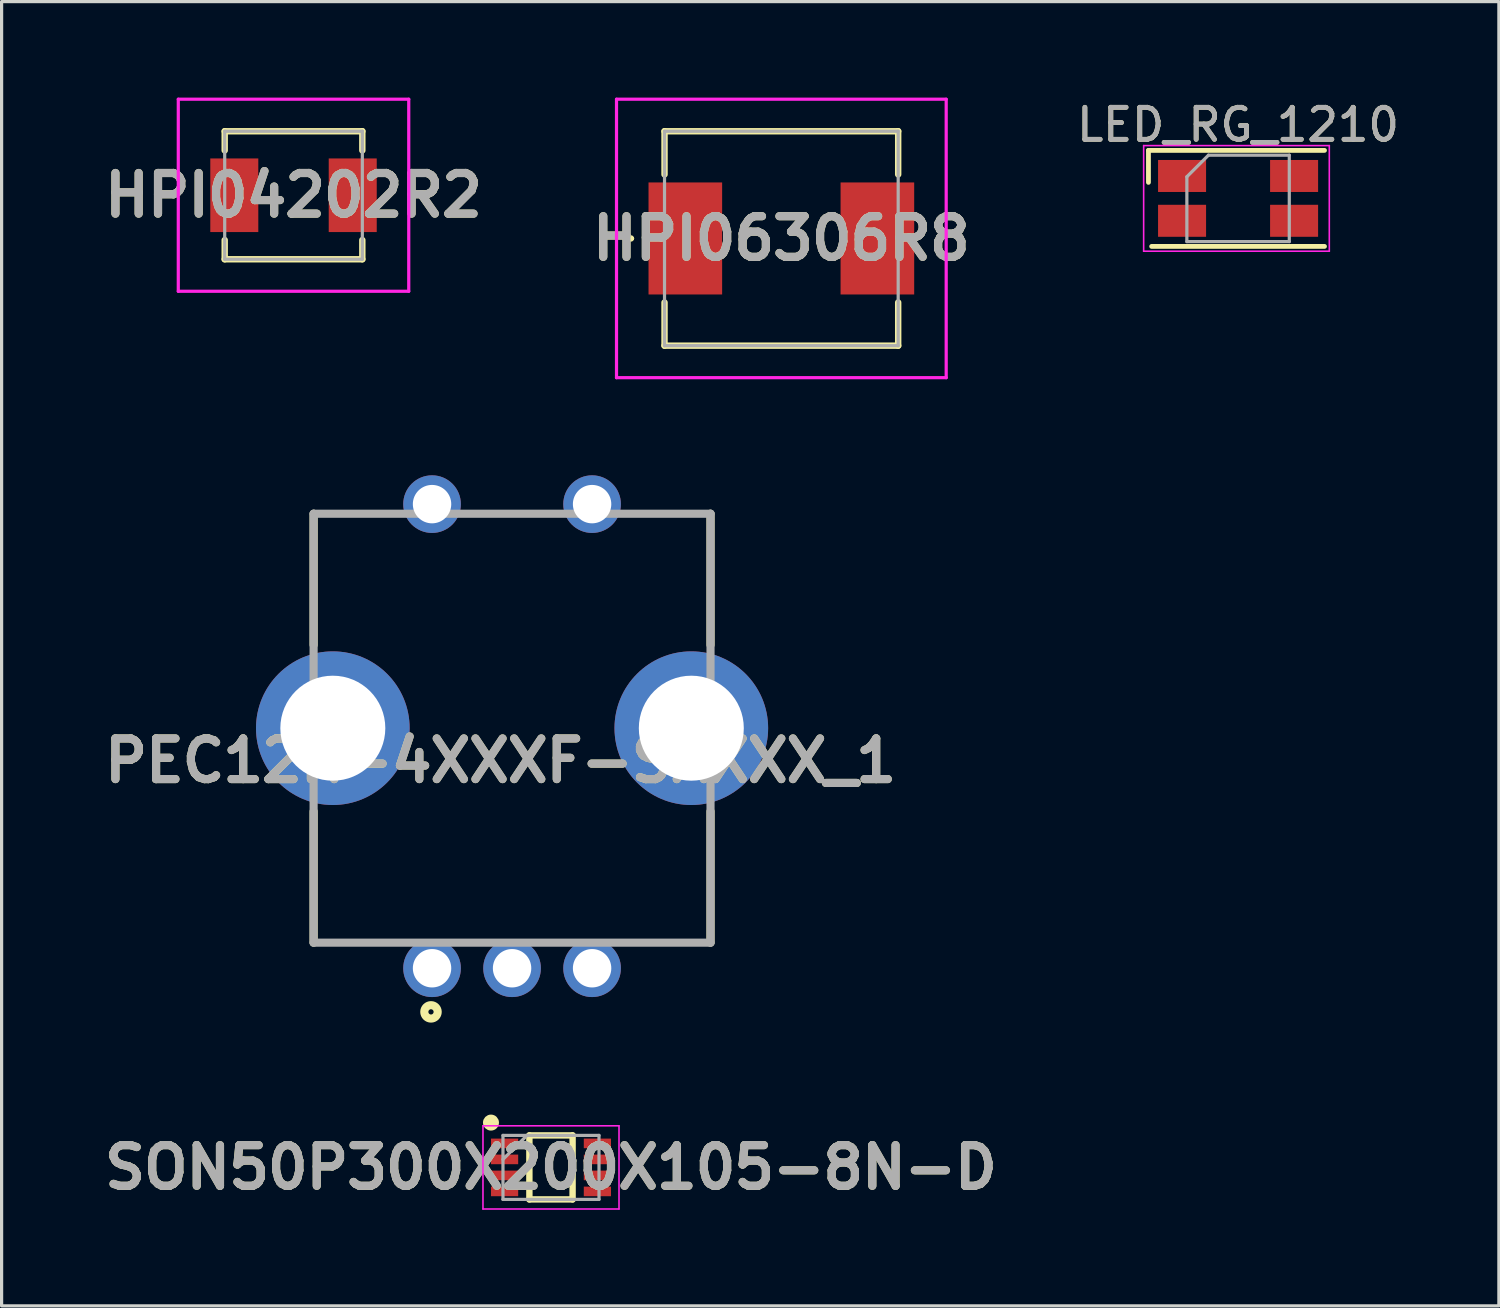
<source format=kicad_pcb>
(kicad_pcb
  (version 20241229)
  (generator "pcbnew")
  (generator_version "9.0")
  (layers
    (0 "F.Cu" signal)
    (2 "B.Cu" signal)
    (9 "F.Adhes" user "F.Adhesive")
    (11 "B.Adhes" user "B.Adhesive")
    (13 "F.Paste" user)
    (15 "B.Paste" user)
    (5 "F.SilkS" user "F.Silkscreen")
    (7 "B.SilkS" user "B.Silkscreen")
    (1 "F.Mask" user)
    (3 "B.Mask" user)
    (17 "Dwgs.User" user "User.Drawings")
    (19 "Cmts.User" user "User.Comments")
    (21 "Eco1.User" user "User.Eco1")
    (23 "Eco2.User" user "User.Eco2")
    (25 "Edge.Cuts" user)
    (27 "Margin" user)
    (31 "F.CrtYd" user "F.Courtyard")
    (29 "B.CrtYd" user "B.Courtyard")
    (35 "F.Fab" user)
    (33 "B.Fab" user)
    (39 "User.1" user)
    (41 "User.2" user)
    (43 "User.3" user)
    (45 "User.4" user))
  (footprint "PEC12R-4XXXF-SXXXX_1"
    (layer "F.Cu")
    (at 12.948 19.7)
    (property "Reference" "PEC12R-4XXXF-SXXXX_1" (at -0.357 1.016 0) (layer "F.SilkS") (effects (font (size 1.27 1.27) (thickness 0.254))))
    (attr through_hole)
    (fp_line (start -6.2 -6.7) (end -6.2 -2.6) (stroke (width 0.254) (type solid)) (layer "F.SilkS"))
    (fp_line (start -6.2 6.7) (end -6.2 2.6) (stroke (width 0.254) (type solid)) (layer "F.SilkS"))
    (fp_line (start 6.2 -6.7) (end 6.2 -2.6) (stroke (width 0.254) (type solid)) (layer "F.SilkS"))
    (fp_line (start 6.2 6.7) (end 6.2 2.6) (stroke (width 0.254) (type solid)) (layer "F.SilkS"))
    (fp_circle (center -2.533 8.863) (end -2.533 8.945) (stroke (width 0.254) (type solid)) (fill no) (layer "F.SilkS"))
    (fp_line (start -6.2 -6.7) (end 6.2 -6.7) (stroke (width 0.254) (type solid)) (layer "F.Fab"))
    (fp_line (start -6.2 6.7) (end -6.2 -6.7) (stroke (width 0.254) (type solid)) (layer "F.Fab"))
    (fp_line (start 6.2 -6.7) (end 6.2 6.7) (stroke (width 0.254) (type solid)) (layer "F.Fab"))
    (fp_line (start 6.2 6.7) (end -6.2 6.7) (stroke (width 0.254) (type solid)) (layer "F.Fab"))
    (fp_text user "${REFERENCE}" (at -0.357 1.016 0) (layer "F.Fab") (effects (font (size 1.27 1.27) (thickness 0.254))))
    (pad "1" thru_hole circle (at -2.5 7.5) (size 1.8 1.8) (drill 1.2) (layers "*.Cu" "*.Mask"))
    (pad "2" thru_hole circle (at 2.5 7.5) (size 1.8 1.8) (drill 1.2) (layers "*.Cu" "*.Mask"))
    (pad "3" thru_hole circle (at 0 7.5) (size 1.8 1.8) (drill 1.2) (layers "*.Cu" "*.Mask"))
    (pad "4" thru_hole circle (at -2.5 -7) (size 1.8 1.8) (drill 1.2) (layers "*.Cu" "*.Mask"))
    (pad "5" thru_hole circle (at 2.5 -7) (size 1.8 1.8) (drill 1.2) (layers "*.Cu" "*.Mask"))
    (pad "6" thru_hole circle (at 5.6 0) (size 4.8 4.8) (drill 3.28) (layers "*.Cu" "*.Mask"))
    (pad "7" thru_hole circle (at -5.6 0) (size 4.8 4.8) (drill 3.28) (layers "*.Cu" "*.Mask")))
  (footprint "SON50P300X200X105-8N-D"
    (layer "F.Cu")
    (at 14.164 33.422)
    (property "Reference" "SON50P300X200X105-8N-D" (at 0 0 0) (layer "F.SilkS") (effects (font (size 1.27 1.27) (thickness 0.254))))
    (attr smd)
    (fp_line (start -0.675 -1) (end 0.675 -1) (stroke (width 0.2) (type solid)) (layer "F.SilkS"))
    (fp_line (start -0.675 1) (end -0.675 -1) (stroke (width 0.2) (type solid)) (layer "F.SilkS"))
    (fp_line (start 0.675 -1) (end 0.675 1) (stroke (width 0.2) (type solid)) (layer "F.SilkS"))
    (fp_line (start 0.675 1) (end -0.675 1) (stroke (width 0.2) (type solid)) (layer "F.SilkS"))
    (fp_circle (center -1.875 -1.4) (end -1.875 -1.275) (stroke (width 0.25) (type solid)) (fill no) (layer "F.SilkS"))
    (fp_line (start -2.125 -1.3) (end 2.125 -1.3) (stroke (width 0.05) (type solid)) (layer "F.CrtYd"))
    (fp_line (start -2.125 1.3) (end -2.125 -1.3) (stroke (width 0.05) (type solid)) (layer "F.CrtYd"))
    (fp_line (start 2.125 -1.3) (end 2.125 1.3) (stroke (width 0.05) (type solid)) (layer "F.CrtYd"))
    (fp_line (start 2.125 1.3) (end -2.125 1.3) (stroke (width 0.05) (type solid)) (layer "F.CrtYd"))
    (fp_line (start -1.5 -1) (end 1.5 -1) (stroke (width 0.1) (type solid)) (layer "F.Fab"))
    (fp_line (start -1.5 -0.25) (end -0.75 -1) (stroke (width 0.1) (type solid)) (layer "F.Fab"))
    (fp_line (start -1.5 1) (end -1.5 -1) (stroke (width 0.1) (type solid)) (layer "F.Fab"))
    (fp_line (start 1.5 -1) (end 1.5 1) (stroke (width 0.1) (type solid)) (layer "F.Fab"))
    (fp_line (start 1.5 1) (end -1.5 1) (stroke (width 0.1) (type solid)) (layer "F.Fab"))
    (fp_text user "${REFERENCE}" (at 0 0 0) (layer "F.Fab") (effects (font (size 1.27 1.27) (thickness 0.254))))
    (pad "1" smd rect (at -1.45 -0.75 90) (size 0.3 0.85) (layers "F.Cu" "F.Mask" "F.Paste"))
    (pad "2" smd rect (at -1.45 -0.25 90) (size 0.3 0.85) (layers "F.Cu" "F.Mask" "F.Paste"))
    (pad "3" smd rect (at -1.45 0.25 90) (size 0.3 0.85) (layers "F.Cu" "F.Mask" "F.Paste"))
    (pad "4" smd rect (at -1.45 0.75 90) (size 0.3 0.85) (layers "F.Cu" "F.Mask" "F.Paste"))
    (pad "5" smd rect (at 1.45 0.75 90) (size 0.3 0.85) (layers "F.Cu" "F.Mask" "F.Paste"))
    (pad "6" smd rect (at 1.45 0.25 90) (size 0.3 0.85) (layers "F.Cu" "F.Mask" "F.Paste"))
    (pad "7" smd rect (at 1.45 -0.25 90) (size 0.3 0.85) (layers "F.Cu" "F.Mask" "F.Paste"))
    (pad "8" smd rect (at 1.45 -0.75 90) (size 0.3 0.85) (layers "F.Cu" "F.Mask" "F.Paste")))
  (footprint "HPI04202R2"
    (layer "F.Cu")
    (at 6.12 3.05)
    (property "Reference" "HPI04202R2" (at 0 0 0) (layer "F.SilkS") (effects (font (size 1.27 1.27) (thickness 0.254))))
    (attr smd)
    (fp_line (start -2.15 -2) (end 2.15 -2) (stroke (width 0.2) (type solid)) (layer "F.SilkS"))
    (fp_line (start -2.15 -1.4) (end -2.15 -2) (stroke (width 0.2) (type solid)) (layer "F.SilkS"))
    (fp_line (start -2.15 1.4) (end -2.15 2) (stroke (width 0.2) (type solid)) (layer "F.SilkS"))
    (fp_line (start -2.15 2) (end 2.15 2) (stroke (width 0.2) (type solid)) (layer "F.SilkS"))
    (fp_line (start 2.15 -2) (end 2.15 -1.4) (stroke (width 0.2) (type solid)) (layer "F.SilkS"))
    (fp_line (start 2.15 2) (end 2.15 1.4) (stroke (width 0.2) (type solid)) (layer "F.SilkS"))
    (fp_line (start -3.6 -3) (end 3.6 -3) (stroke (width 0.1) (type solid)) (layer "F.CrtYd"))
    (fp_line (start -3.6 3) (end -3.6 -3) (stroke (width 0.1) (type solid)) (layer "F.CrtYd"))
    (fp_line (start 3.6 -3) (end 3.6 3) (stroke (width 0.1) (type solid)) (layer "F.CrtYd"))
    (fp_line (start 3.6 3) (end -3.6 3) (stroke (width 0.1) (type solid)) (layer "F.CrtYd"))
    (fp_line (start -2.15 -2) (end 2.15 -2) (stroke (width 0.1) (type solid)) (layer "F.Fab"))
    (fp_line (start -2.15 2) (end -2.15 -2) (stroke (width 0.1) (type solid)) (layer "F.Fab"))
    (fp_line (start 2.15 -2) (end 2.15 2) (stroke (width 0.1) (type solid)) (layer "F.Fab"))
    (fp_line (start 2.15 2) (end -2.15 2) (stroke (width 0.1) (type solid)) (layer "F.Fab"))
    (fp_text user "${REFERENCE}" (at 0 0 0) (layer "F.Fab") (effects (font (size 1.27 1.27) (thickness 0.254))))
    (pad "1" smd rect (at -1.85 0) (size 1.5 2.3) (layers "F.Cu" "F.Mask" "F.Paste"))
    (pad "2" smd rect (at 1.85 0) (size 1.5 2.3) (layers "F.Cu" "F.Mask" "F.Paste")))
  (footprint "LED_RG_1210"
    (layer "F.Cu")
    (at 35.63 3.148)
    (property "Reference" "LED_RG_1210" (at 0 -2.3 0) (layer "F.SilkS") (effects (font (size 1 1) (thickness 0.15))))
    (attr smd)
    (fp_line (start -2.8 -0.5) (end -2.8 -1.5) (stroke (width 0.15) (type solid)) (layer "F.SilkS"))
    (fp_line (start 2.7 -1.5) (end -2.8 -1.5) (stroke (width 0.15) (type solid)) (layer "F.SilkS"))
    (fp_line (start 2.7 1.5) (end -2.7 1.5) (stroke (width 0.15) (type solid)) (layer "F.SilkS"))
    (fp_line (start -2.95 -1.65) (end -2.95 1.65) (stroke (width 0.05) (type solid)) (layer "F.CrtYd"))
    (fp_line (start -2.95 1.65) (end 2.85 1.65) (stroke (width 0.05) (type solid)) (layer "F.CrtYd"))
    (fp_line (start 2.85 -1.65) (end -2.95 -1.65) (stroke (width 0.05) (type solid)) (layer "F.CrtYd"))
    (fp_line (start 2.85 1.65) (end 2.85 -1.65) (stroke (width 0.05) (type solid)) (layer "F.CrtYd"))
    (fp_line (start -1.6 -0.675) (end -0.925 -1.35) (stroke (width 0.1) (type solid)) (layer "F.Fab"))
    (fp_line (start -1.6 1.35) (end -1.6 -0.675) (stroke (width 0.1) (type solid)) (layer "F.Fab"))
    (fp_line (start -0.925 -1.35) (end 1.6 -1.35) (stroke (width 0.1) (type solid)) (layer "F.Fab"))
    (fp_line (start 1.6 -1.35) (end 1.6 1.35) (stroke (width 0.1) (type solid)) (layer "F.Fab"))
    (fp_line (start 1.6 1.35) (end -1.6 1.35) (stroke (width 0.1) (type solid)) (layer "F.Fab"))
    (fp_text user "${REFERENCE}" (at 0 -2.3 0) (layer "F.Fab") (effects (font (size 1 1) (thickness 0.15))))
    (pad "1" smd rect (at -1.75 -0.7 180) (size 1.5 1) (layers "F.Cu" "F.Mask" "F.Paste"))
    (pad "2" smd rect (at -1.75 0.7 180) (size 1.5 1) (layers "F.Cu" "F.Mask" "F.Paste"))
    (pad "3" smd rect (at 1.75 -0.7 180) (size 1.5 1) (layers "F.Cu" "F.Mask" "F.Paste"))
    (pad "4" smd rect (at 1.75 0.7 180) (size 1.5 1) (layers "F.Cu" "F.Mask" "F.Paste")))
  (footprint "HPI06306R8"
    (layer "F.Cu")
    (at 21.361 4.4)
    (property "Reference" "HPI06306R8" (at 0 0 0) (layer "F.SilkS") (effects (font (size 1.27 1.27) (thickness 0.254))))
    (attr smd)
    (fp_line (start -4.75 0) (end -4.75 0) (stroke (width 0.1) (type solid)) (layer "F.SilkS"))
    (fp_line (start -4.65 0) (end -4.65 0) (stroke (width 0.1) (type solid)) (layer "F.SilkS"))
    (fp_line (start -3.65 -3.35) (end 3.65 -3.35) (stroke (width 0.2) (type solid)) (layer "F.SilkS"))
    (fp_line (start -3.65 -2) (end -3.65 -3.35) (stroke (width 0.2) (type solid)) (layer "F.SilkS"))
    (fp_line (start -3.65 2) (end -3.65 3.35) (stroke (width 0.2) (type solid)) (layer "F.SilkS"))
    (fp_line (start -3.65 3.35) (end 3.65 3.35) (stroke (width 0.2) (type solid)) (layer "F.SilkS"))
    (fp_line (start 3.65 -3.35) (end 3.65 -2) (stroke (width 0.2) (type solid)) (layer "F.SilkS"))
    (fp_line (start 3.65 3.35) (end 3.65 2) (stroke (width 0.2) (type solid)) (layer "F.SilkS"))
    (fp_arc (start -4.75 0) (mid -4.7 -0.05) (end -4.65 0) (stroke (width 0.1) (type solid)) (layer "F.SilkS"))
    (fp_arc (start -4.65 0) (mid -4.7 0.05) (end -4.75 0) (stroke (width 0.1) (type solid)) (layer "F.SilkS"))
    (fp_line (start -5.15 -4.35) (end 5.15 -4.35) (stroke (width 0.1) (type solid)) (layer "F.CrtYd"))
    (fp_line (start -5.15 4.35) (end -5.15 -4.35) (stroke (width 0.1) (type solid)) (layer "F.CrtYd"))
    (fp_line (start 5.15 -4.35) (end 5.15 4.35) (stroke (width 0.1) (type solid)) (layer "F.CrtYd"))
    (fp_line (start 5.15 4.35) (end -5.15 4.35) (stroke (width 0.1) (type solid)) (layer "F.CrtYd"))
    (fp_line (start -3.65 -3.35) (end -3.65 3.35) (stroke (width 0.1) (type solid)) (layer "F.Fab"))
    (fp_line (start -3.65 3.35) (end 3.65 3.35) (stroke (width 0.1) (type solid)) (layer "F.Fab"))
    (fp_line (start 3.65 -3.35) (end -3.65 -3.35) (stroke (width 0.1) (type solid)) (layer "F.Fab"))
    (fp_line (start 3.65 3.35) (end 3.65 -3.35) (stroke (width 0.1) (type solid)) (layer "F.Fab"))
    (fp_text user "${REFERENCE}" (at 0 0 0) (layer "F.Fab") (effects (font (size 1.27 1.27) (thickness 0.254))))
    (pad "1" smd rect (at -3 0) (size 2.3 3.5) (layers "F.Cu" "F.Mask" "F.Paste"))
    (pad "2" smd rect (at 3 0) (size 2.3 3.5) (layers "F.Cu" "F.Mask" "F.Paste")))
  (gr_rect
    (start -3 -3)
    (end 43.778 37.747)
    (stroke (width 0.1) (type default))
    (fill no)
    (layer "Edge.Cuts")))
</source>
